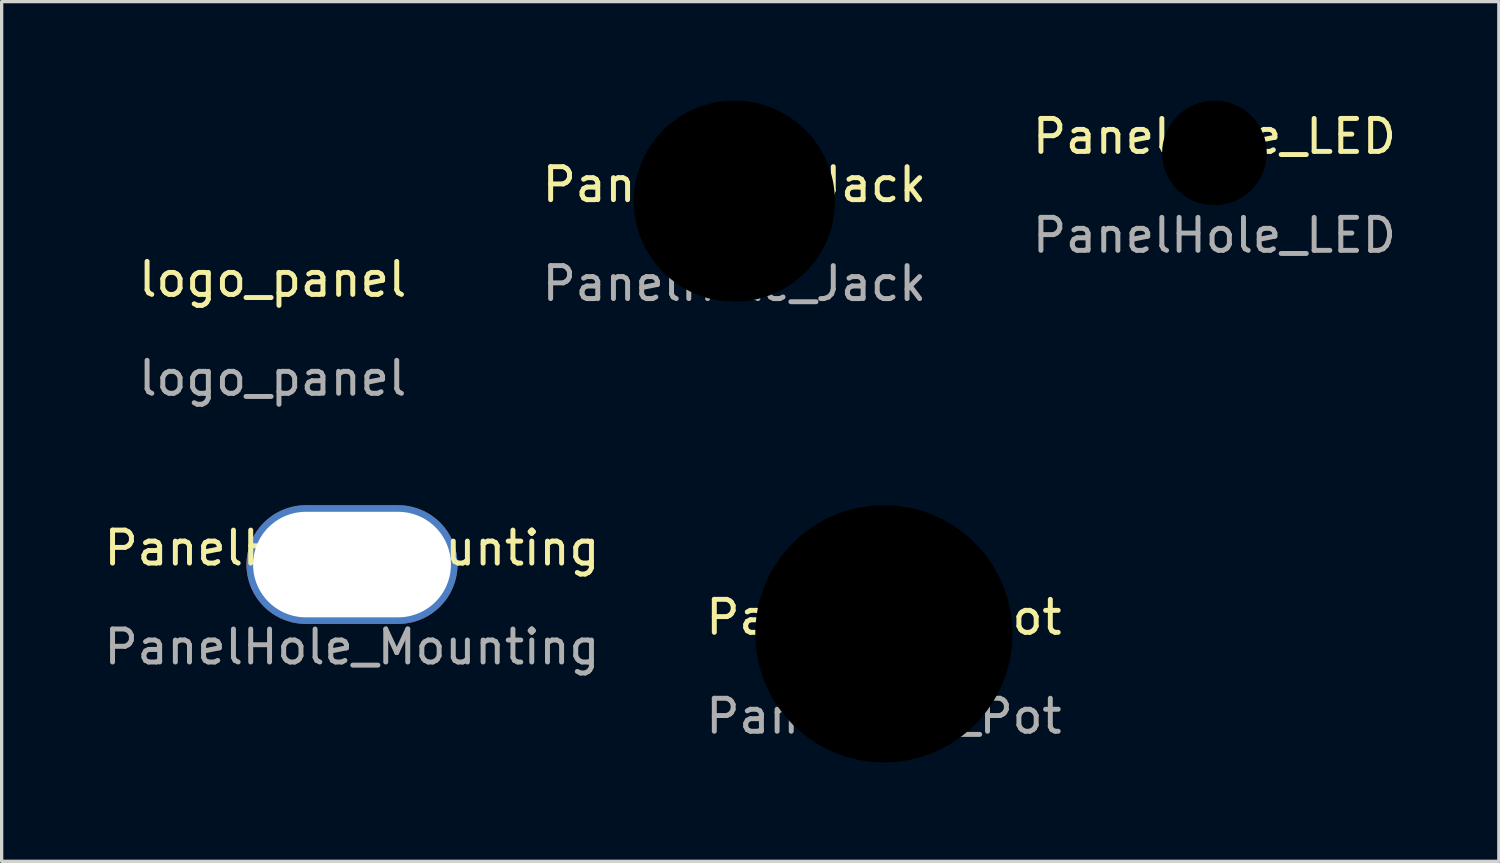
<source format=kicad_pcb>
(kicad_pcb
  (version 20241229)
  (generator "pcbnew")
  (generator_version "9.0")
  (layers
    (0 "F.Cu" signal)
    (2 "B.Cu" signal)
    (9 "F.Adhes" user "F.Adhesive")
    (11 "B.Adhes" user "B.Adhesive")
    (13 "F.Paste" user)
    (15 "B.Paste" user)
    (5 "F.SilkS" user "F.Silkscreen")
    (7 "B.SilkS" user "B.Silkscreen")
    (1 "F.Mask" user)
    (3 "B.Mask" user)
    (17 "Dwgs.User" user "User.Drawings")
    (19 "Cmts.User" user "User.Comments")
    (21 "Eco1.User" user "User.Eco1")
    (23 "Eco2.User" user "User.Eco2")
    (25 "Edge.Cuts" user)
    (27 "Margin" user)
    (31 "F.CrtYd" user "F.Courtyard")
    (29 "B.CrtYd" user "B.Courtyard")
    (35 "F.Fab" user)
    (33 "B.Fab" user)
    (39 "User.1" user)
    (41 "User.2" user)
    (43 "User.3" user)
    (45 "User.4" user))
  (footprint "PanelHole_Mounting"
    (layer "F.Cu")
    (at 7.625 14.072)
    (property "Reference" "PanelHole_Mounting" (at 0 -0.5 0) (unlocked yes) (layer "F.SilkS") (effects (font (size 1 1) (thickness 0.15))))
    (attr through_hole)
    (fp_text user "${REFERENCE}" (at 0 2.5 0) (unlocked yes) (layer "F.Fab") (effects (font (size 1 1) (thickness 0.15))))
    (pad "" thru_hole oval (at 0 0) (size 6.4 3.6) (drill oval 6 3.2) (layers "*.Cu" "*.Mask")))
  (footprint "PanelHole_LED"
    (layer "F.Cu")
    (at 33.781 1.587)
    (property "Reference" "PanelHole_LED" (at 0 -0.5 0) (unlocked yes) (layer "F.SilkS") (effects (font (size 1 1) (thickness 0.15))))
    (attr through_hole)
    (fp_text user "${REFERENCE}" (at 0 2.5 0) (unlocked yes) (layer "F.Fab") (effects (font (size 1 1) (thickness 0.15))))
    (pad "" np_thru_hole circle (at 0 0) (size 3.175 3.175) (drill 3.175) (layers "*.Mask")))
  (footprint "PanelHole_Jack"
    (layer "F.Cu")
    (at 19.221 3.05)
    (property "Reference" "PanelHole_Jack" (at 0 -0.5 0) (unlocked yes) (layer "F.SilkS") (effects (font (size 1 1) (thickness 0.15))))
    (attr through_hole)
    (fp_text user "${REFERENCE}" (at 0 2.5 0) (unlocked yes) (layer "F.Fab") (effects (font (size 1 1) (thickness 0.15))))
    (pad "" np_thru_hole circle (at 0 0) (size 6.1 6.1) (drill 6.1) (layers "*.Mask")))
  (footprint "PanelHole_Pot"
    (layer "F.Cu")
    (at 23.756 16.172)
    (property "Reference" "PanelHole_Pot" (at 0 -0.5 0) (unlocked yes) (layer "F.SilkS") (effects (font (size 1 1) (thickness 0.15))))
    (attr through_hole)
    (fp_text user "${REFERENCE}" (at 0 2.5 0) (unlocked yes) (layer "F.Fab") (effects (font (size 1 1) (thickness 0.15))))
    (pad "" np_thru_hole circle (at 0 0) (size 7.8 7.8) (drill 7.8) (layers "*.Mask")))
  (footprint "logo_panel"
    (layer "F.Cu")
    (at 5.22 5.923)
    (property "Reference" "logo_panel" (at 0 -0.5 0) (unlocked yes) (layer "F.SilkS") (effects (font (size 1 1) (thickness 0.15))))
    (attr smd)
    (fp_poly (pts (xy -3.81 -2.54) (xy -2.842 -5.923) (xy -2.4 -5.923) (xy -2.4 -0.323) (xy -2.705 -0.323) (xy -2.705 -5.337) (xy -3.658 -2.007) (xy -3.962 -2.007) (xy -4.915 -5.337) (xy -4.915 -0.323) (xy -5.22 -0.323) (xy -5.22 -5.923) (xy -4.778 -5.923)) (stroke (width -0.000001) (type solid)) (fill yes) (layer "F.Mask"))
    (fp_poly (pts (xy 0.64 -0.323) (xy 0.368 -0.323) (xy 0.032 -1.806) (xy -1.309 -1.806) (xy -1.652 -0.323) (xy -1.924 -0.323) (xy -1.516 -2.039) (xy -1.257 -2.039) (xy -0.027 -2.039) (xy -0.357 -3.496) (xy -0.5 -4.118) (xy -0.642 -4.74) (xy -0.708 -4.429) (xy -0.778 -4.118) (xy -0.921 -3.496) (xy -1.257 -2.039) (xy -1.516 -2.039) (xy -0.791 -5.083) (xy -0.493 -5.083)) (stroke (width -0.000001) (type solid)) (fill yes) (layer "F.Mask"))
    (fp_poly (pts (xy 5.067 -4.85) (xy 4.063 -4.85) (xy 4.063 -0.556) (xy 5.067 -0.556) (xy 5.067 -0.323) (xy 2.8 -0.323) (xy 2.713 -0.322) (xy 2.654 -0.416) (xy 2.632 -0.451) (xy 2.52 -0.619) (xy 2.509 -0.607) (xy 2.498 -0.595) (xy 2.487 -0.583) (xy 2.475 -0.571) (xy 2.463 -0.559) (xy 2.451 -0.548) (xy 2.439 -0.537) (xy 2.426 -0.526) (xy 2.413 -0.516) (xy 2.399 -0.505) (xy 2.386 -0.495) (xy 2.372 -0.485) (xy 2.358 -0.476) (xy 2.344 -0.466) (xy 2.329 -0.457) (xy 2.314 -0.448) (xy 2.299 -0.44) (xy 2.284 -0.431) (xy 2.268 -0.424) (xy 2.253 -0.416) (xy 2.237 -0.409) (xy 2.221 -0.402) (xy 2.205 -0.395) (xy 2.189 -0.389) (xy 2.173 -0.383) (xy 2.157 -0.378) (xy 2.141 -0.373) (xy 2.124 -0.368) (xy 2.108 -0.364) (xy 2.091 -0.36) (xy 2.074 -0.356) (xy 2.058 -0.353) (xy 2.025 -0.346) (xy 1.992 -0.34) (xy 1.959 -0.334) (xy 1.926 -0.33) (xy 1.892 -0.327) (xy 1.859 -0.325) (xy 1.825 -0.323) (xy 1.791 -0.323) (xy 1.743 -0.323) (xy 1.696 -0.326) (xy 1.648 -0.33) (xy 1.601 -0.336) (xy 1.554 -0.344) (xy 1.507 -0.354) (xy 1.46 -0.365) (xy 1.414 -0.378) (xy 1.391 -0.386) (xy 1.369 -0.394) (xy 1.347 -0.403) (xy 1.326 -0.413) (xy 1.305 -0.424) (xy 1.284 -0.435) (xy 1.264 -0.446) (xy 1.244 -0.458) (xy 1.224 -0.471) (xy 1.205 -0.485) (xy 1.186 -0.499) (xy 1.168 -0.514) (xy 1.149 -0.529) (xy 1.132 -0.545) (xy 1.114 -0.562) (xy 1.097 -0.579) (xy 1.081 -0.597) (xy 1.065 -0.615) (xy 1.05 -0.633) (xy 1.036 -0.652) (xy 1.022 -0.671) (xy 1.008 -0.69) (xy 0.995 -0.71) (xy 0.983 -0.73) (xy 0.971 -0.75) (xy 0.959 -0.771) (xy 0.948 -0.792) (xy 0.938 -0.813) (xy 0.928 -0.835) (xy 0.918 -0.856) (xy 0.909 -0.879) (xy 0.901 -0.901) (xy 0.886 -0.948) (xy 0.872 -0.994) (xy 0.861 -1.041) (xy 0.856 -1.064) (xy 0.852 -1.087) (xy 0.848 -1.11) (xy 0.845 -1.134) (xy 0.842 -1.157) (xy 0.839 -1.18) (xy 0.838 -1.203) (xy 0.836 -1.227) (xy 0.836 -1.25) (xy 0.835 -1.273) (xy 1.036 -1.273) (xy 1.037 -1.254) (xy 1.037 -1.235) (xy 1.038 -1.217) (xy 1.04 -1.198) (xy 1.041 -1.179) (xy 1.044 -1.161) (xy 1.046 -1.142) (xy 1.049 -1.123) (xy 1.052 -1.105) (xy 1.056 -1.086) (xy 1.065 -1.05) (xy 1.075 -1.013) (xy 1.087 -0.976) (xy 1.093 -0.958) (xy 1.1 -0.94) (xy 1.107 -0.923) (xy 1.115 -0.905) (xy 1.123 -0.888) (xy 1.132 -0.871) (xy 1.14 -0.855) (xy 1.15 -0.838) (xy 1.159 -0.822) (xy 1.169 -0.806) (xy 1.18 -0.79) (xy 1.191 -0.775) (xy 1.202 -0.759) (xy 1.213 -0.744) (xy 1.225 -0.729) (xy 1.238 -0.715) (xy 1.251 -0.701) (xy 1.265 -0.687) (xy 1.279 -0.674) (xy 1.293 -0.661) (xy 1.308 -0.649) (xy 1.323 -0.637) (xy 1.338 -0.626) (xy 1.353 -0.616) (xy 1.369 -0.605) (xy 1.385 -0.596) (xy 1.402 -0.587) (xy 1.419 -0.578) (xy 1.436 -0.57) (xy 1.453 -0.563) (xy 1.471 -0.555) (xy 1.489 -0.549) (xy 1.527 -0.538) (xy 1.565 -0.529) (xy 1.602 -0.521) (xy 1.64 -0.515) (xy 1.678 -0.51) (xy 1.716 -0.507) (xy 1.753 -0.504) (xy 1.791 -0.504) (xy 1.821 -0.504) (xy 1.851 -0.505) (xy 1.881 -0.507) (xy 1.91 -0.51) (xy 1.94 -0.513) (xy 1.969 -0.518) (xy 1.998 -0.523) (xy 2.027 -0.529) (xy 2.042 -0.533) (xy 2.056 -0.537) (xy 2.07 -0.542) (xy 2.084 -0.546) (xy 2.098 -0.552) (xy 2.111 -0.557) (xy 2.125 -0.563) (xy 2.138 -0.569) (xy 2.151 -0.575) (xy 2.164 -0.582) (xy 2.177 -0.589) (xy 2.19 -0.597) (xy 2.202 -0.604) (xy 2.214 -0.612) (xy 2.227 -0.621) (xy 2.239 -0.629) (xy 2.251 -0.638) (xy 2.263 -0.647) (xy 2.275 -0.657) (xy 2.287 -0.666) (xy 2.298 -0.676) (xy 2.309 -0.686) (xy 2.32 -0.697) (xy 2.33 -0.707) (xy 2.341 -0.718) (xy 2.35 -0.729) (xy 2.36 -0.74) (xy 2.37 -0.752) (xy 2.379 -0.764) (xy 2.388 -0.776) (xy 2.396 -0.788) (xy 2.404 -0.8) (xy 1.655 -1.952) (xy 1.605 -2.033) (xy 1.598 -2.043) (xy 1.592 -2.052) (xy 1.585 -2.062) (xy 1.578 -2.072) (xy 1.571 -2.081) (xy 1.564 -2.09) (xy 1.557 -2.099) (xy 1.549 -2.108) (xy 1.549 -2.108) (xy 1.516 -2.082) (xy 1.483 -2.056) (xy 1.45 -2.029) (xy 1.417 -2.001) (xy 1.386 -1.972) (xy 1.354 -1.943) (xy 1.323 -1.913) (xy 1.293 -1.882) (xy 1.278 -1.866) (xy 1.264 -1.851) (xy 1.25 -1.835) (xy 1.236 -1.819) (xy 1.223 -1.802) (xy 1.21 -1.785) (xy 1.197 -1.768) (xy 1.185 -1.751) (xy 1.173 -1.733) (xy 1.162 -1.715) (xy 1.151 -1.697) (xy 1.14 -1.678) (xy 1.13 -1.659) (xy 1.12 -1.64) (xy 1.111 -1.62) (xy 1.102 -1.6) (xy 1.094 -1.581) (xy 1.087 -1.561) (xy 1.08 -1.541) (xy 1.073 -1.521) (xy 1.067 -1.501) (xy 1.062 -1.481) (xy 1.057 -1.461) (xy 1.053 -1.44) (xy 1.049 -1.42) (xy 1.046 -1.399) (xy 1.043 -1.379) (xy 1.041 -1.358) (xy 1.039 -1.337) (xy 1.037 -1.316) (xy 1.037 -1.294) (xy 1.036 -1.273) (xy 0.835 -1.273) (xy 0.835 -1.273) (xy 0.836 -1.299) (xy 0.837 -1.324) (xy 0.838 -1.35) (xy 0.84 -1.375) (xy 0.843 -1.4) (xy 0.847 -1.425) (xy 0.851 -1.45) (xy 0.856 -1.474) (xy 0.861 -1.499) (xy 0.867 -1.523) (xy 0.873 -1.547) (xy 0.881 -1.571) (xy 0.889 -1.595) (xy 0.897 -1.619) (xy 0.906 -1.642) (xy 0.916 -1.665) (xy 0.926 -1.689) (xy 0.937 -1.713) (xy 0.948 -1.736) (xy 0.96 -1.758) (xy 0.972 -1.78) (xy 0.985 -1.802) (xy 0.998 -1.824) (xy 1.011 -1.845) (xy 1.025 -1.866) (xy 1.04 -1.887) (xy 1.055 -1.907) (xy 1.07 -1.927) (xy 1.086 -1.946) (xy 1.103 -1.965) (xy 1.12 -1.984) (xy 1.137 -2.002) (xy 1.174 -2.038) (xy 1.211 -2.073) (xy 1.249 -2.108) (xy 1.287 -2.141) (xy 1.325 -2.173) (xy 1.364 -2.204) (xy 1.404 -2.235) (xy 1.444 -2.264) (xy 1.333 -2.424) (xy 1.223 -2.581) (xy 1.196 -2.621) (xy 1.17 -2.662) (xy 1.145 -2.704) (xy 1.121 -2.747) (xy 1.098 -2.79) (xy 1.076 -2.833) (xy 1.056 -2.878) (xy 1.036 -2.923) (xy 1.028 -2.946) (xy 1.02 -2.969) (xy 1.013 -2.993) (xy 1.006 -3.016) (xy 0.999 -3.04) (xy 0.994 -3.064) (xy 0.988 -3.087) (xy 0.984 -3.111) (xy 0.98 -3.135) (xy 0.976 -3.159) (xy 0.973 -3.183) (xy 0.97 -3.207) (xy 0.969 -3.232) (xy 0.967 -3.256) (xy 0.966 -3.28) (xy 0.966 -3.3) (xy 1.167 -3.3) (xy 1.168 -3.278) (xy 1.168 -3.256) (xy 1.17 -3.234) (xy 1.171 -3.213) (xy 1.174 -3.191) (xy 1.177 -3.169) (xy 1.18 -3.148) (xy 1.184 -3.126) (xy 1.188 -3.105) (xy 1.193 -3.084) (xy 1.198 -3.063) (xy 1.204 -3.042) (xy 1.211 -3.021) (xy 1.217 -3) (xy 1.225 -2.979) (xy 1.233 -2.958) (xy 1.251 -2.918) (xy 1.27 -2.879) (xy 1.29 -2.84) (xy 1.311 -2.802) (xy 1.333 -2.765) (xy 1.355 -2.728) (xy 1.379 -2.692) (xy 1.404 -2.656) (xy 1.605 -2.375) (xy 1.646 -2.402) (xy 1.687 -2.431) (xy 1.727 -2.46) (xy 1.767 -2.489) (xy 1.806 -2.519) (xy 1.845 -2.549) (xy 1.884 -2.58) (xy 1.922 -2.611) (xy 1.941 -2.627) (xy 1.96 -2.644) (xy 1.978 -2.662) (xy 1.996 -2.679) (xy 2.014 -2.697) (xy 2.031 -2.716) (xy 2.047 -2.735) (xy 2.064 -2.754) (xy 2.08 -2.774) (xy 2.095 -2.794) (xy 2.11 -2.814) (xy 2.124 -2.835) (xy 2.138 -2.857) (xy 2.152 -2.878) (xy 2.165 -2.9) (xy 2.178 -2.923) (xy 2.19 -2.945) (xy 2.202 -2.968) (xy 2.212 -2.991) (xy 2.222 -3.015) (xy 2.231 -3.038) (xy 2.239 -3.061) (xy 2.247 -3.085) (xy 2.254 -3.109) (xy 2.259 -3.133) (xy 2.265 -3.157) (xy 2.269 -3.181) (xy 2.272 -3.206) (xy 2.275 -3.23) (xy 2.277 -3.255) (xy 2.278 -3.28) (xy 2.279 -3.305) (xy 2.278 -3.334) (xy 2.277 -3.362) (xy 2.274 -3.391) (xy 2.27 -3.419) (xy 2.265 -3.448) (xy 2.259 -3.476) (xy 2.252 -3.504) (xy 2.244 -3.531) (xy 2.239 -3.546) (xy 2.234 -3.56) (xy 2.229 -3.574) (xy 2.223 -3.588) (xy 2.218 -3.601) (xy 2.211 -3.614) (xy 2.205 -3.628) (xy 2.198 -3.641) (xy 2.191 -3.653) (xy 2.184 -3.666) (xy 2.176 -3.678) (xy 2.168 -3.691) (xy 2.16 -3.703) (xy 2.151 -3.714) (xy 2.142 -3.726) (xy 2.133 -3.737) (xy 2.124 -3.749) (xy 2.115 -3.76) (xy 2.105 -3.771) (xy 2.095 -3.782) (xy 2.085 -3.792) (xy 2.074 -3.801) (xy 2.064 -3.81) (xy 2.052 -3.819) (xy 2.041 -3.827) (xy 2.029 -3.835) (xy 2.017 -3.843) (xy 2.005 -3.85) (xy 1.992 -3.856) (xy 1.979 -3.862) (xy 1.966 -3.868) (xy 1.952 -3.873) (xy 1.938 -3.879) (xy 1.924 -3.884) (xy 1.91 -3.889) (xy 1.896 -3.893) (xy 1.882 -3.897) (xy 1.868 -3.901) (xy 1.854 -3.904) (xy 1.84 -3.907) (xy 1.826 -3.91) (xy 1.812 -3.912) (xy 1.797 -3.914) (xy 1.783 -3.916) (xy 1.769 -3.917) (xy 1.754 -3.918) (xy 1.74 -3.918) (xy 1.726 -3.919) (xy 1.726 -3.919) (xy 1.711 -3.918) (xy 1.696 -3.918) (xy 1.681 -3.917) (xy 1.666 -3.916) (xy 1.651 -3.914) (xy 1.636 -3.912) (xy 1.622 -3.91) (xy 1.607 -3.907) (xy 1.593 -3.904) (xy 1.579 -3.901) (xy 1.564 -3.897) (xy 1.55 -3.893) (xy 1.536 -3.889) (xy 1.522 -3.884) (xy 1.508 -3.879) (xy 1.494 -3.873) (xy 1.481 -3.868) (xy 1.467 -3.862) (xy 1.454 -3.856) (xy 1.441 -3.85) (xy 1.429 -3.843) (xy 1.416 -3.835) (xy 1.404 -3.827) (xy 1.392 -3.819) (xy 1.381 -3.81) (xy 1.37 -3.801) (xy 1.359 -3.792) (xy 1.348 -3.782) (xy 1.338 -3.771) (xy 1.328 -3.76) (xy 1.318 -3.749) (xy 1.308 -3.737) (xy 1.299 -3.726) (xy 1.29 -3.714) (xy 1.281 -3.703) (xy 1.273 -3.691) (xy 1.265 -3.678) (xy 1.257 -3.666) (xy 1.25 -3.653) (xy 1.243 -3.641) (xy 1.236 -3.628) (xy 1.23 -3.614) (xy 1.223 -3.601) (xy 1.218 -3.588) (xy 1.212 -3.574) (xy 1.207 -3.56) (xy 1.202 -3.546) (xy 1.198 -3.531) (xy 1.19 -3.502) (xy 1.184 -3.473) (xy 1.179 -3.445) (xy 1.175 -3.416) (xy 1.172 -3.387) (xy 1.169 -3.358) (xy 1.168 -3.329) (xy 1.167 -3.3) (xy 0.966 -3.3) (xy 0.966 -3.305) (xy 0.967 -3.344) (xy 0.969 -3.382) (xy 0.972 -3.42) (xy 0.977 -3.458) (xy 0.984 -3.496) (xy 0.992 -3.533) (xy 1.001 -3.57) (xy 1.011 -3.607) (xy 1.018 -3.625) (xy 1.025 -3.644) (xy 1.032 -3.662) (xy 1.04 -3.68) (xy 1.048 -3.697) (xy 1.056 -3.715) (xy 1.065 -3.732) (xy 1.074 -3.749) (xy 1.084 -3.765) (xy 1.094 -3.782) (xy 1.104 -3.797) (xy 1.115 -3.813) (xy 1.126 -3.829) (xy 1.138 -3.844) (xy 1.15 -3.859) (xy 1.162 -3.873) (xy 1.176 -3.888) (xy 1.189 -3.902) (xy 1.203 -3.916) (xy 1.218 -3.929) (xy 1.233 -3.942) (xy 1.248 -3.954) (xy 1.263 -3.965) (xy 1.279 -3.976) (xy 1.295 -3.987) (xy 1.312 -3.997) (xy 1.329 -4.006) (xy 1.346 -4.015) (xy 1.364 -4.023) (xy 1.382 -4.031) (xy 1.4 -4.038) (xy 1.419 -4.044) (xy 1.438 -4.051) (xy 1.456 -4.057) (xy 1.475 -4.063) (xy 1.494 -4.068) (xy 1.513 -4.073) (xy 1.532 -4.078) (xy 1.551 -4.082) (xy 1.57 -4.086) (xy 1.588 -4.089) (xy 1.607 -4.092) (xy 1.626 -4.094) (xy 1.645 -4.096) (xy 1.664 -4.098) (xy 1.683 -4.099) (xy 1.702 -4.099) (xy 1.72 -4.1) (xy 1.74 -4.099) (xy 1.759 -4.099) (xy 1.779 -4.098) (xy 1.798 -4.096) (xy 1.817 -4.094) (xy 1.836 -4.092) (xy 1.855 -4.089) (xy 1.874 -4.086) (xy 1.893 -4.082) (xy 1.911 -4.078) (xy 1.93 -4.073) (xy 1.949 -4.068) (xy 1.967 -4.063) (xy 1.986 -4.057) (xy 2.004 -4.051) (xy 2.022 -4.044) (xy 2.041 -4.038) (xy 2.059 -4.031) (xy 2.077 -4.023) (xy 2.095 -4.015) (xy 2.112 -4.006) (xy 2.129 -3.997) (xy 2.146 -3.987) (xy 2.162 -3.976) (xy 2.178 -3.965) (xy 2.193 -3.954) (xy 2.208 -3.942) (xy 2.223 -3.929) (xy 2.238 -3.916) (xy 2.252 -3.902) (xy 2.265 -3.888) (xy 2.279 -3.873) (xy 2.292 -3.859) (xy 2.304 -3.844) (xy 2.316 -3.829) (xy 2.328 -3.813) (xy 2.339 -3.797) (xy 2.349 -3.782) (xy 2.36 -3.765) (xy 2.369 -3.749) (xy 2.378 -3.732) (xy 2.387 -3.715) (xy 2.395 -3.697) (xy 2.403 -3.68) (xy 2.41 -3.662) (xy 2.417 -3.644) (xy 2.424 -3.625) (xy 2.43 -3.607) (xy 2.441 -3.57) (xy 2.452 -3.533) (xy 2.46 -3.496) (xy 2.467 -3.458) (xy 2.473 -3.42) (xy 2.477 -3.382) (xy 2.479 -3.344) (xy 2.48 -3.305) (xy 2.48 -3.284) (xy 2.479 -3.262) (xy 2.478 -3.241) (xy 2.476 -3.22) (xy 2.474 -3.199) (xy 2.471 -3.177) (xy 2.467 -3.156) (xy 2.464 -3.135) (xy 2.459 -3.114) (xy 2.454 -3.093) (xy 2.449 -3.072) (xy 2.443 -3.051) (xy 2.437 -3.03) (xy 2.43 -3.01) (xy 2.422 -2.989) (xy 2.415 -2.968) (xy 2.407 -2.947) (xy 2.399 -2.927) (xy 2.39 -2.907) (xy 2.381 -2.887) (xy 2.372 -2.867) (xy 2.362 -2.848) (xy 2.352 -2.829) (xy 2.342 -2.81) (xy 2.331 -2.791) (xy 2.319 -2.772) (xy 2.308 -2.754) (xy 2.296 -2.736) (xy 2.283 -2.718) (xy 2.27 -2.701) (xy 2.257 -2.683) (xy 2.244 -2.666) (xy 2.217 -2.634) (xy 2.189 -2.602) (xy 2.159 -2.572) (xy 2.129 -2.542) (xy 2.098 -2.513) (xy 2.065 -2.484) (xy 2.032 -2.457) (xy 1.997 -2.43) (xy 1.929 -2.378) (xy 1.86 -2.327) (xy 1.791 -2.277) (xy 1.72 -2.229) (xy 1.716 -2.224) (xy 1.71 -2.224) (xy 1.718 -2.212) (xy 1.725 -2.201) (xy 1.732 -2.19) (xy 1.739 -2.178) (xy 1.746 -2.167) (xy 1.753 -2.156) (xy 1.759 -2.144) (xy 1.766 -2.133) (xy 1.781 -2.113) (xy 1.796 -2.092) (xy 1.811 -2.07) (xy 1.826 -2.048) (xy 2.505 -1.007) (xy 2.511 -1.027) (xy 2.516 -1.047) (xy 2.521 -1.068) (xy 2.525 -1.088) (xy 2.529 -1.109) (xy 2.532 -1.13) (xy 2.534 -1.151) (xy 2.535 -1.172) (xy 2.538 -1.194) (xy 2.54 -1.215) (xy 2.541 -1.237) (xy 2.543 -1.258) (xy 2.544 -1.279) (xy 2.545 -1.301) (xy 2.545 -1.322) (xy 2.545 -1.343) (xy 2.545 -2.213) (xy 2.746 -2.213) (xy 2.746 -1.343) (xy 2.746 -1.308) (xy 2.745 -1.273) (xy 2.743 -1.238) (xy 2.74 -1.203) (xy 2.737 -1.168) (xy 2.732 -1.132) (xy 2.727 -1.097) (xy 2.721 -1.062) (xy 2.719 -1.045) (xy 2.716 -1.028) (xy 2.712 -1.011) (xy 2.708 -0.995) (xy 2.704 -0.978) (xy 2.7 -0.962) (xy 2.695 -0.945) (xy 2.69 -0.929) (xy 2.684 -0.912) (xy 2.678 -0.896) (xy 2.672 -0.88) (xy 2.666 -0.864) (xy 2.659 -0.848) (xy 2.651 -0.832) (xy 2.644 -0.816) (xy 2.636 -0.8) (xy 2.796 -0.556) (xy 2.82 -0.556) (xy 2.82 -0.556) (xy 3.804 -0.556) (xy 3.804 -4.85) (xy 2.8 -4.85) (xy 2.8 -5.083) (xy 5.067 -5.083)) (stroke (width -0.000001) (type solid)) (fill yes) (layer "F.Mask"))
    (fp_text user "${REFERENCE}" (at 0 2.5 0) (unlocked yes) (layer "F.Fab") (effects (font (size 1 1) (thickness 0.15)))))
  (gr_rect
    (start -3 -3)
    (end 42.406 23.072)
    (stroke (width 0.1) (type default))
    (fill no)
    (layer "Edge.Cuts")))
</source>
